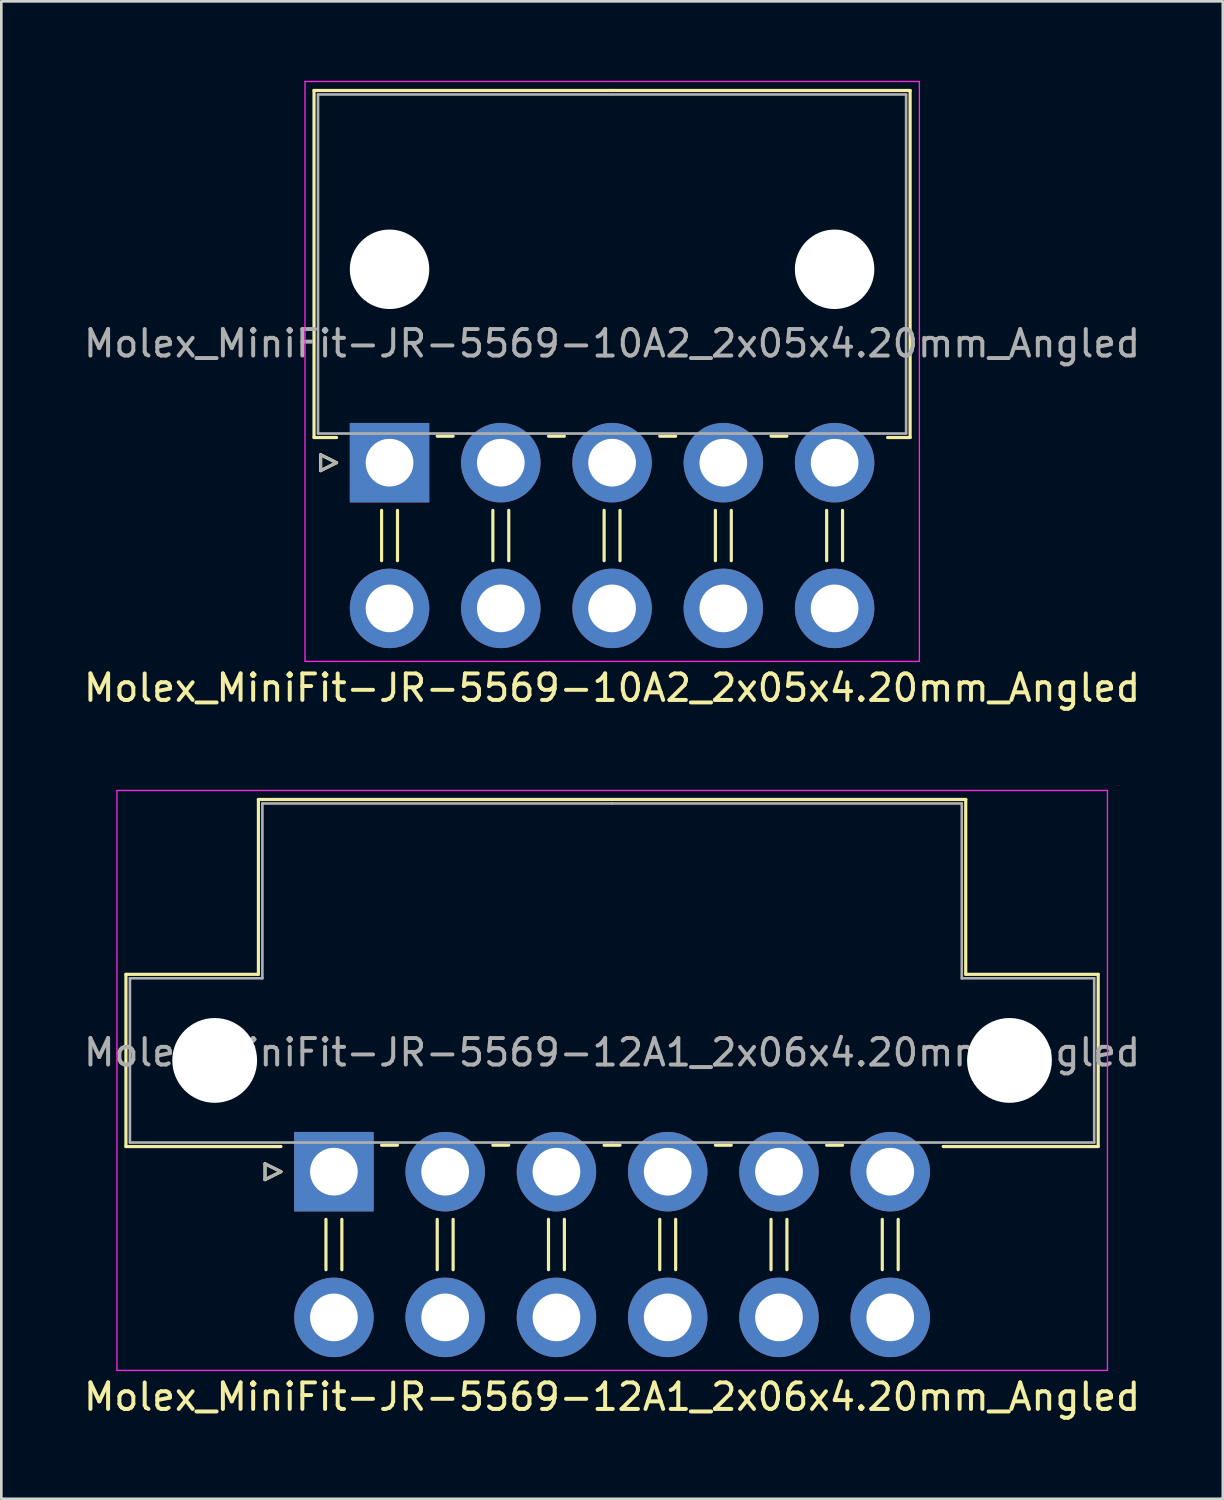
<source format=kicad_pcb>
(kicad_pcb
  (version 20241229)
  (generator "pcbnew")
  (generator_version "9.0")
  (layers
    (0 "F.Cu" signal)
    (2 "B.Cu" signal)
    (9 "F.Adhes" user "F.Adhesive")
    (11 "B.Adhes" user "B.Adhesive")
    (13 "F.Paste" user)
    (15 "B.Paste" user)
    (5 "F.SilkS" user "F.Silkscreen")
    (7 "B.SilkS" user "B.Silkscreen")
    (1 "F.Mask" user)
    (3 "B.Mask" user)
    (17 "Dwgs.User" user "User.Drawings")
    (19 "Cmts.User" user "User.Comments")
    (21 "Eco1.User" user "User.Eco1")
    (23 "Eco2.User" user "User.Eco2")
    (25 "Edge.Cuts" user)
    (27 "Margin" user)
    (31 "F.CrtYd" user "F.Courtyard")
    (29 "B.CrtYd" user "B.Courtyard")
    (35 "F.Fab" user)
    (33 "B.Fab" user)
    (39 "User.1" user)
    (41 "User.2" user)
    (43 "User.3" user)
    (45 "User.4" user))
  (footprint "Molex_MiniFit-JR-5569-12A1_2x06x4.20mm_Angled"
    (layer "F.Cu")
    (at 9.554 41.178)
    (property "Reference" "Molex_MiniFit-JR-5569-12A1_2x06x4.20mm_Angled" (at 10.5 8.5 0) (layer "F.SilkS") (effects (font (size 1 1) (thickness 0.15))))
    (attr through_hole)
    (fp_line (start -7.85 -7.45) (end -7.85 -0.95) (stroke (width 0.12) (type solid)) (layer "F.SilkS"))
    (fp_line (start -7.85 -0.95) (end -2 -0.95) (stroke (width 0.12) (type solid)) (layer "F.SilkS"))
    (fp_line (start -2.85 -14.05) (end -2.85 -7.45) (stroke (width 0.12) (type solid)) (layer "F.SilkS"))
    (fp_line (start -2.85 -7.45) (end -7.85 -7.45) (stroke (width 0.12) (type solid)) (layer "F.SilkS"))
    (fp_line (start -2.6 -0.3) (end -2 0) (stroke (width 0.12) (type solid)) (layer "F.SilkS"))
    (fp_line (start -2.6 0.3) (end -2.6 -0.3) (stroke (width 0.12) (type solid)) (layer "F.SilkS"))
    (fp_line (start -2 0) (end -2.6 0.3) (stroke (width 0.12) (type solid)) (layer "F.SilkS"))
    (fp_line (start -0.3 1.8) (end -0.3 3.7) (stroke (width 0.12) (type solid)) (layer "F.SilkS"))
    (fp_line (start 0.3 1.8) (end 0.3 3.7) (stroke (width 0.12) (type solid)) (layer "F.SilkS"))
    (fp_line (start 1.8 -1) (end 2.4 -1) (stroke (width 0.12) (type solid)) (layer "F.SilkS"))
    (fp_line (start 3.9 1.8) (end 3.9 3.7) (stroke (width 0.12) (type solid)) (layer "F.SilkS"))
    (fp_line (start 4.5 1.8) (end 4.5 3.7) (stroke (width 0.12) (type solid)) (layer "F.SilkS"))
    (fp_line (start 6 -1) (end 6.6 -1) (stroke (width 0.12) (type solid)) (layer "F.SilkS"))
    (fp_line (start 8.1 1.8) (end 8.1 3.7) (stroke (width 0.12) (type solid)) (layer "F.SilkS"))
    (fp_line (start 8.7 1.8) (end 8.7 3.7) (stroke (width 0.12) (type solid)) (layer "F.SilkS"))
    (fp_line (start 10.2 -1) (end 10.8 -1) (stroke (width 0.12) (type solid)) (layer "F.SilkS"))
    (fp_line (start 10.5 -14.05) (end -2.85 -14.05) (stroke (width 0.12) (type solid)) (layer "F.SilkS"))
    (fp_line (start 10.5 -14.05) (end 23.85 -14.05) (stroke (width 0.12) (type solid)) (layer "F.SilkS"))
    (fp_line (start 12.3 1.8) (end 12.3 3.7) (stroke (width 0.12) (type solid)) (layer "F.SilkS"))
    (fp_line (start 12.9 1.8) (end 12.9 3.7) (stroke (width 0.12) (type solid)) (layer "F.SilkS"))
    (fp_line (start 14.4 -1) (end 15 -1) (stroke (width 0.12) (type solid)) (layer "F.SilkS"))
    (fp_line (start 16.5 1.8) (end 16.5 3.7) (stroke (width 0.12) (type solid)) (layer "F.SilkS"))
    (fp_line (start 17.1 1.8) (end 17.1 3.7) (stroke (width 0.12) (type solid)) (layer "F.SilkS"))
    (fp_line (start 18.6 -1) (end 19.2 -1) (stroke (width 0.12) (type solid)) (layer "F.SilkS"))
    (fp_line (start 20.7 1.8) (end 20.7 3.7) (stroke (width 0.12) (type solid)) (layer "F.SilkS"))
    (fp_line (start 21.3 1.8) (end 21.3 3.7) (stroke (width 0.12) (type solid)) (layer "F.SilkS"))
    (fp_line (start 23.85 -14.05) (end 23.85 -7.45) (stroke (width 0.12) (type solid)) (layer "F.SilkS"))
    (fp_line (start 23.85 -7.45) (end 28.85 -7.45) (stroke (width 0.12) (type solid)) (layer "F.SilkS"))
    (fp_line (start 28.85 -7.45) (end 28.85 -0.95) (stroke (width 0.12) (type solid)) (layer "F.SilkS"))
    (fp_line (start 28.85 -0.95) (end 23 -0.95) (stroke (width 0.12) (type solid)) (layer "F.SilkS"))
    (fp_line (start -8.19 -14.39) (end -8.19 7.5) (stroke (width 0.05) (type solid)) (layer "F.CrtYd"))
    (fp_line (start -8.19 7.5) (end 29.2 7.5) (stroke (width 0.05) (type solid)) (layer "F.CrtYd"))
    (fp_line (start 29.2 -14.39) (end -8.19 -14.39) (stroke (width 0.05) (type solid)) (layer "F.CrtYd"))
    (fp_line (start 29.2 7.5) (end 29.2 -14.39) (stroke (width 0.05) (type solid)) (layer "F.CrtYd"))
    (fp_line (start -7.7 -7.3) (end -7.7 -1.1) (stroke (width 0.1) (type solid)) (layer "F.Fab"))
    (fp_line (start -7.7 -1.1) (end 10.5 -1.1) (stroke (width 0.1) (type solid)) (layer "F.Fab"))
    (fp_line (start -2.7 -13.9) (end -2.7 -7.3) (stroke (width 0.1) (type solid)) (layer "F.Fab"))
    (fp_line (start -2.7 -7.3) (end -7.7 -7.3) (stroke (width 0.1) (type solid)) (layer "F.Fab"))
    (fp_line (start -2.6 -0.3) (end -2 0) (stroke (width 0.1) (type solid)) (layer "F.Fab"))
    (fp_line (start -2.6 0.3) (end -2.6 -0.3) (stroke (width 0.1) (type solid)) (layer "F.Fab"))
    (fp_line (start -2 0) (end -2.6 0.3) (stroke (width 0.1) (type solid)) (layer "F.Fab"))
    (fp_line (start 10.5 -13.9) (end -2.7 -13.9) (stroke (width 0.1) (type solid)) (layer "F.Fab"))
    (fp_line (start 10.5 -13.9) (end 23.7 -13.9) (stroke (width 0.1) (type solid)) (layer "F.Fab"))
    (fp_line (start 23.7 -13.9) (end 23.7 -7.3) (stroke (width 0.1) (type solid)) (layer "F.Fab"))
    (fp_line (start 23.7 -7.3) (end 28.7 -7.3) (stroke (width 0.1) (type solid)) (layer "F.Fab"))
    (fp_line (start 28.7 -7.3) (end 28.7 -1.1) (stroke (width 0.1) (type solid)) (layer "F.Fab"))
    (fp_line (start 28.7 -1.1) (end 10.5 -1.1) (stroke (width 0.1) (type solid)) (layer "F.Fab"))
    (fp_text user "${REFERENCE}" (at 10.5 -4.5 0) (layer "F.Fab") (effects (font (size 1 1) (thickness 0.15))))
    (pad "" np_thru_hole circle (at -4.5 -4.2) (size 3.2 3.2) (drill 3.2) (layers "*.Cu" "*.Mask"))
    (pad "" np_thru_hole circle (at 25.5 -4.2) (size 3.2 3.2) (drill 3.2) (layers "*.Cu" "*.Mask"))
    (pad "1" thru_hole rect (at 0 0) (size 3 3) (drill 1.8) (layers "*.Cu" "*.Mask"))
    (pad "2" thru_hole circle (at 4.2 0) (size 3 3) (drill 1.8) (layers "*.Cu" "*.Mask"))
    (pad "3" thru_hole circle (at 8.4 0) (size 3 3) (drill 1.8) (layers "*.Cu" "*.Mask"))
    (pad "4" thru_hole circle (at 12.6 0) (size 3 3) (drill 1.8) (layers "*.Cu" "*.Mask"))
    (pad "5" thru_hole circle (at 16.8 0) (size 3 3) (drill 1.8) (layers "*.Cu" "*.Mask"))
    (pad "6" thru_hole circle (at 21 0) (size 3 3) (drill 1.8) (layers "*.Cu" "*.Mask"))
    (pad "7" thru_hole circle (at 0 5.5) (size 3 3) (drill 1.8) (layers "*.Cu" "*.Mask"))
    (pad "8" thru_hole circle (at 4.2 5.5) (size 3 3) (drill 1.8) (layers "*.Cu" "*.Mask"))
    (pad "9" thru_hole circle (at 8.4 5.5) (size 3 3) (drill 1.8) (layers "*.Cu" "*.Mask"))
    (pad "10" thru_hole circle (at 12.6 5.5) (size 3 3) (drill 1.8) (layers "*.Cu" "*.Mask"))
    (pad "11" thru_hole circle (at 16.8 5.5) (size 3 3) (drill 1.8) (layers "*.Cu" "*.Mask"))
    (pad "12" thru_hole circle (at 21 5.5) (size 3 3) (drill 1.8) (layers "*.Cu" "*.Mask")))
  (footprint "Molex_MiniFit-JR-5569-10A2_2x05x4.20mm_Angled"
    (layer "F.Cu")
    (at 11.654 14.415)
    (property "Reference" "Molex_MiniFit-JR-5569-10A2_2x05x4.20mm_Angled" (at 8.4 8.5 0) (layer "F.SilkS") (effects (font (size 1 1) (thickness 0.15))))
    (attr through_hole)
    (fp_line (start -2.85 -14.05) (end 8.4 -14.05) (stroke (width 0.12) (type solid)) (layer "F.SilkS"))
    (fp_line (start -2.85 -0.95) (end -2.85 -14.05) (stroke (width 0.12) (type solid)) (layer "F.SilkS"))
    (fp_line (start -2.6 -0.3) (end -2 0) (stroke (width 0.12) (type solid)) (layer "F.SilkS"))
    (fp_line (start -2.6 0.3) (end -2.6 -0.3) (stroke (width 0.12) (type solid)) (layer "F.SilkS"))
    (fp_line (start -2 -0.95) (end -2.85 -0.95) (stroke (width 0.12) (type solid)) (layer "F.SilkS"))
    (fp_line (start -2 0) (end -2.6 0.3) (stroke (width 0.12) (type solid)) (layer "F.SilkS"))
    (fp_line (start -0.3 1.8) (end -0.3 3.7) (stroke (width 0.12) (type solid)) (layer "F.SilkS"))
    (fp_line (start 0.3 1.8) (end 0.3 3.7) (stroke (width 0.12) (type solid)) (layer "F.SilkS"))
    (fp_line (start 1.8 -1) (end 2.4 -1) (stroke (width 0.12) (type solid)) (layer "F.SilkS"))
    (fp_line (start 3.9 1.8) (end 3.9 3.7) (stroke (width 0.12) (type solid)) (layer "F.SilkS"))
    (fp_line (start 4.5 1.8) (end 4.5 3.7) (stroke (width 0.12) (type solid)) (layer "F.SilkS"))
    (fp_line (start 6 -1) (end 6.6 -1) (stroke (width 0.12) (type solid)) (layer "F.SilkS"))
    (fp_line (start 8.1 1.8) (end 8.1 3.7) (stroke (width 0.12) (type solid)) (layer "F.SilkS"))
    (fp_line (start 8.7 1.8) (end 8.7 3.7) (stroke (width 0.12) (type solid)) (layer "F.SilkS"))
    (fp_line (start 10.2 -1) (end 10.8 -1) (stroke (width 0.12) (type solid)) (layer "F.SilkS"))
    (fp_line (start 12.3 1.8) (end 12.3 3.7) (stroke (width 0.12) (type solid)) (layer "F.SilkS"))
    (fp_line (start 12.9 1.8) (end 12.9 3.7) (stroke (width 0.12) (type solid)) (layer "F.SilkS"))
    (fp_line (start 14.4 -1) (end 15 -1) (stroke (width 0.12) (type solid)) (layer "F.SilkS"))
    (fp_line (start 16.5 1.8) (end 16.5 3.7) (stroke (width 0.12) (type solid)) (layer "F.SilkS"))
    (fp_line (start 17.1 1.8) (end 17.1 3.7) (stroke (width 0.12) (type solid)) (layer "F.SilkS"))
    (fp_line (start 18.8 -0.95) (end 19.65 -0.95) (stroke (width 0.12) (type solid)) (layer "F.SilkS"))
    (fp_line (start 19.65 -14.05) (end 8.4 -14.05) (stroke (width 0.12) (type solid)) (layer "F.SilkS"))
    (fp_line (start 19.65 -0.95) (end 19.65 -14.05) (stroke (width 0.12) (type solid)) (layer "F.SilkS"))
    (fp_line (start -3.19 -14.39) (end -3.19 7.5) (stroke (width 0.05) (type solid)) (layer "F.CrtYd"))
    (fp_line (start -3.19 7.5) (end 20 7.5) (stroke (width 0.05) (type solid)) (layer "F.CrtYd"))
    (fp_line (start 20 -14.39) (end -3.19 -14.39) (stroke (width 0.05) (type solid)) (layer "F.CrtYd"))
    (fp_line (start 20 7.5) (end 20 -14.39) (stroke (width 0.05) (type solid)) (layer "F.CrtYd"))
    (fp_line (start -2.7 -13.9) (end -2.7 -1.1) (stroke (width 0.1) (type solid)) (layer "F.Fab"))
    (fp_line (start -2.7 -1.1) (end 19.5 -1.1) (stroke (width 0.1) (type solid)) (layer "F.Fab"))
    (fp_line (start -2.6 -0.3) (end -2 0) (stroke (width 0.1) (type solid)) (layer "F.Fab"))
    (fp_line (start -2.6 0.3) (end -2.6 -0.3) (stroke (width 0.1) (type solid)) (layer "F.Fab"))
    (fp_line (start -2 0) (end -2.6 0.3) (stroke (width 0.1) (type solid)) (layer "F.Fab"))
    (fp_line (start 19.5 -13.9) (end -2.7 -13.9) (stroke (width 0.1) (type solid)) (layer "F.Fab"))
    (fp_line (start 19.5 -1.1) (end 19.5 -13.9) (stroke (width 0.1) (type solid)) (layer "F.Fab"))
    (fp_text user "${REFERENCE}" (at 8.4 -4.5 0) (layer "F.Fab") (effects (font (size 1 1) (thickness 0.15))))
    (pad "" np_thru_hole circle (at 0 -7.3) (size 3 3) (drill 3) (layers "*.Cu" "*.Mask"))
    (pad "" np_thru_hole circle (at 16.8 -7.3) (size 3 3) (drill 3) (layers "*.Cu" "*.Mask"))
    (pad "1" thru_hole rect (at 0 0) (size 3 3) (drill 1.8) (layers "*.Cu" "*.Mask"))
    (pad "2" thru_hole circle (at 4.2 0) (size 3 3) (drill 1.8) (layers "*.Cu" "*.Mask"))
    (pad "3" thru_hole circle (at 8.4 0) (size 3 3) (drill 1.8) (layers "*.Cu" "*.Mask"))
    (pad "4" thru_hole circle (at 12.6 0) (size 3 3) (drill 1.8) (layers "*.Cu" "*.Mask"))
    (pad "5" thru_hole circle (at 16.8 0) (size 3 3) (drill 1.8) (layers "*.Cu" "*.Mask"))
    (pad "6" thru_hole circle (at 0 5.5) (size 3 3) (drill 1.8) (layers "*.Cu" "*.Mask"))
    (pad "7" thru_hole circle (at 4.2 5.5) (size 3 3) (drill 1.8) (layers "*.Cu" "*.Mask"))
    (pad "8" thru_hole circle (at 8.4 5.5) (size 3 3) (drill 1.8) (layers "*.Cu" "*.Mask"))
    (pad "9" thru_hole circle (at 12.6 5.5) (size 3 3) (drill 1.8) (layers "*.Cu" "*.Mask"))
    (pad "10" thru_hole circle (at 16.8 5.5) (size 3 3) (drill 1.8) (layers "*.Cu" "*.Mask")))
  (gr_rect
    (start -3 -3)
    (end 43.107 53.526)
    (stroke (width 0.1) (type default))
    (fill no)
    (layer "Edge.Cuts")))
</source>
